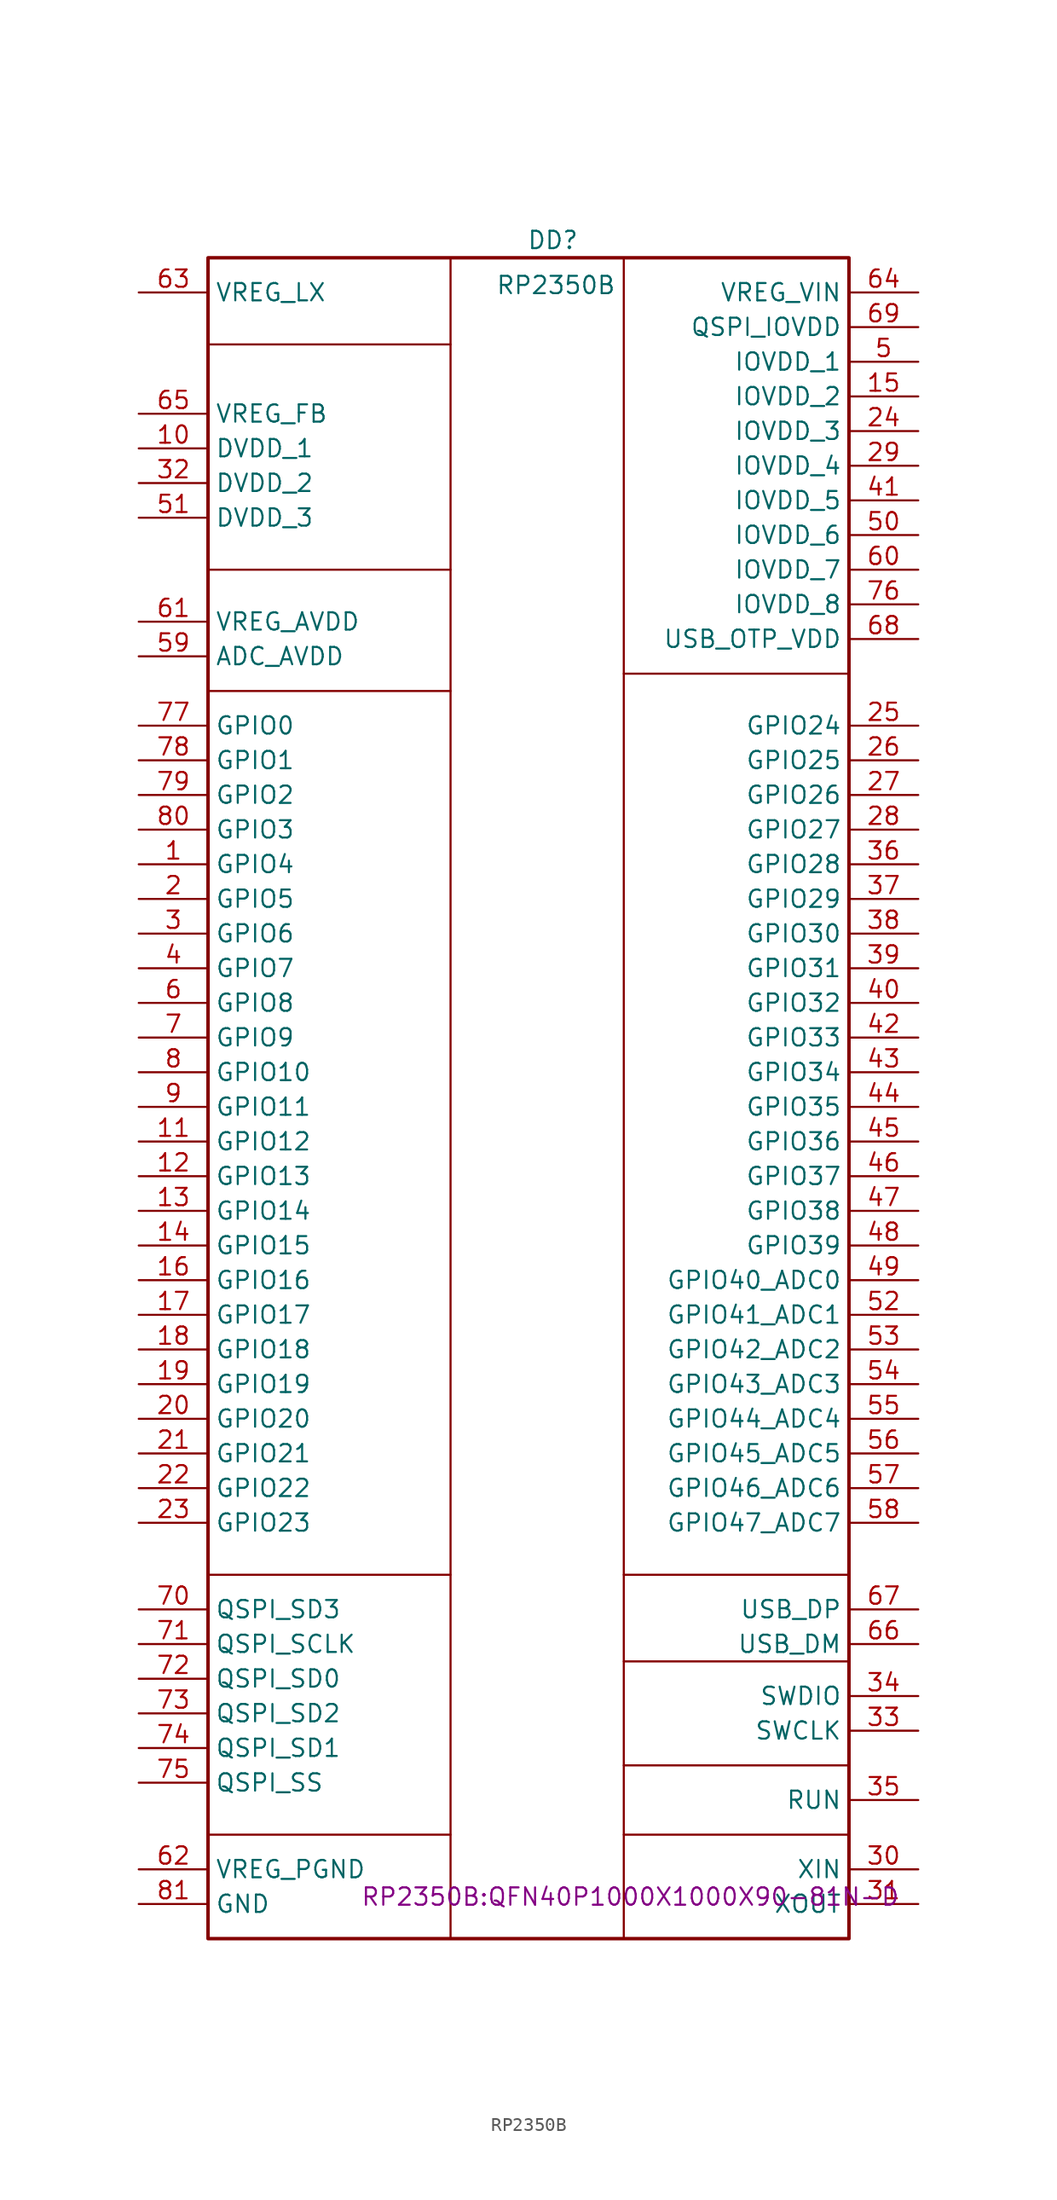
<source format=kicad_sym>
(kicad_symbol_lib
  (version 20241209)
  (generator "kicad_symbol_editor")
  (generator_version "9.0")
  (symbol "RP2350B"
    (property "Reference" "DD"
      (at 33.528 22.352 0)
      (effects (font (size 1.27 1.27)) (justify left top)))
    (property "Value" "RP2350B"
      (at 31.242 19.05 0)
      (effects (font (size 1.27 1.27)) (justify left top)))
    (property "Footprint" "RP2350B:QFN40P1000X1000X90-81N-D"
      (at 21.336 -99.06 0)
      (effects (font (size 1.27 1.27)) (justify left top)))
    (symbol "RP2350B_1_1"
      (rectangle (start 10.16 20.32) (end 57.15 -102.87) (stroke (width 0.254) (type solid)) (fill (type none)))
      (polyline (pts (xy 10.16 13.97) (xy 27.94 13.97)) (stroke (width 0) (type default)) (fill (type none)))
      (polyline (pts (xy 10.16 -2.54) (xy 27.94 -2.54)) (stroke (width 0) (type default)) (fill (type none)))
      (polyline (pts (xy 10.16 -11.43) (xy 27.94 -11.43)) (stroke (width 0) (type default)) (fill (type none)))
      (polyline (pts (xy 10.16 -76.2) (xy 27.94 -76.2)) (stroke (width 0) (type default)) (fill (type none)))
      (polyline (pts (xy 10.16 -95.25) (xy 27.94 -95.25)) (stroke (width 0) (type default)) (fill (type none)))
      (polyline (pts (xy 27.94 20.32) (xy 27.94 -102.87)) (stroke (width 0) (type default)) (fill (type none)))
      (polyline (pts (xy 40.64 20.32) (xy 40.64 -102.87)) (stroke (width 0) (type default)) (fill (type none)))
      (polyline (pts (xy 40.64 -10.16) (xy 57.15 -10.16)) (stroke (width 0) (type default)) (fill (type none)))
      (polyline (pts (xy 40.64 -76.2) (xy 57.15 -76.2)) (stroke (width 0) (type default)) (fill (type none)))
      (polyline (pts (xy 40.64 -82.55) (xy 57.15 -82.55)) (stroke (width 0) (type default)) (fill (type none)))
      (polyline (pts (xy 40.64 -90.17) (xy 57.15 -90.17)) (stroke (width 0) (type default)) (fill (type none)))
      (polyline (pts (xy 40.64 -95.25) (xy 57.15 -95.25)) (stroke (width 0) (type default)) (fill (type none)))
      (pin passive line (at 5.08 17.78 0) (length 5.08) (name "VREG_LX" (effects (font (size 1.27 1.27)))) (number "63" (effects (font (size 1.27 1.27)))))
      (pin passive line (at 5.08 8.89 0) (length 5.08) (name "VREG_FB" (effects (font (size 1.27 1.27)))) (number "65" (effects (font (size 1.27 1.27)))))
      (pin passive line (at 5.08 6.35 0) (length 5.08) (name "DVDD_1" (effects (font (size 1.27 1.27)))) (number "10" (effects (font (size 1.27 1.27)))))
      (pin passive line (at 5.08 3.81 0) (length 5.08) (name "DVDD_2" (effects (font (size 1.27 1.27)))) (number "32" (effects (font (size 1.27 1.27)))))
      (pin passive line (at 5.08 1.27 0) (length 5.08) (name "DVDD_3" (effects (font (size 1.27 1.27)))) (number "51" (effects (font (size 1.27 1.27)))))
      (pin passive line (at 5.08 -6.35 0) (length 5.08) (name "VREG_AVDD" (effects (font (size 1.27 1.27)))) (number "61" (effects (font (size 1.27 1.27)))))
      (pin passive line (at 5.08 -8.89 0) (length 5.08) (name "ADC_AVDD" (effects (font (size 1.27 1.27)))) (number "59" (effects (font (size 1.27 1.27)))))
      (pin passive line (at 5.08 -13.97 0) (length 5.08) (name "GPIO0" (effects (font (size 1.27 1.27)))) (number "77" (effects (font (size 1.27 1.27)))))
      (pin passive line (at 5.08 -16.51 0) (length 5.08) (name "GPIO1" (effects (font (size 1.27 1.27)))) (number "78" (effects (font (size 1.27 1.27)))))
      (pin passive line (at 5.08 -19.05 0) (length 5.08) (name "GPIO2" (effects (font (size 1.27 1.27)))) (number "79" (effects (font (size 1.27 1.27)))))
      (pin passive line (at 5.08 -21.59 0) (length 5.08) (name "GPIO3" (effects (font (size 1.27 1.27)))) (number "80" (effects (font (size 1.27 1.27)))))
      (pin passive line (at 5.08 -24.13 0) (length 5.08) (name "GPIO4" (effects (font (size 1.27 1.27)))) (number "1" (effects (font (size 1.27 1.27)))))
      (pin passive line (at 5.08 -26.67 0) (length 5.08) (name "GPIO5" (effects (font (size 1.27 1.27)))) (number "2" (effects (font (size 1.27 1.27)))))
      (pin passive line (at 5.08 -29.21 0) (length 5.08) (name "GPIO6" (effects (font (size 1.27 1.27)))) (number "3" (effects (font (size 1.27 1.27)))))
      (pin passive line (at 5.08 -31.75 0) (length 5.08) (name "GPIO7" (effects (font (size 1.27 1.27)))) (number "4" (effects (font (size 1.27 1.27)))))
      (pin passive line (at 5.08 -34.29 0) (length 5.08) (name "GPIO8" (effects (font (size 1.27 1.27)))) (number "6" (effects (font (size 1.27 1.27)))))
      (pin passive line (at 5.08 -36.83 0) (length 5.08) (name "GPIO9" (effects (font (size 1.27 1.27)))) (number "7" (effects (font (size 1.27 1.27)))))
      (pin passive line (at 5.08 -39.37 0) (length 5.08) (name "GPIO10" (effects (font (size 1.27 1.27)))) (number "8" (effects (font (size 1.27 1.27)))))
      (pin passive line (at 5.08 -41.91 0) (length 5.08) (name "GPIO11" (effects (font (size 1.27 1.27)))) (number "9" (effects (font (size 1.27 1.27)))))
      (pin passive line (at 5.08 -44.45 0) (length 5.08) (name "GPIO12" (effects (font (size 1.27 1.27)))) (number "11" (effects (font (size 1.27 1.27)))))
      (pin passive line (at 5.08 -46.99 0) (length 5.08) (name "GPIO13" (effects (font (size 1.27 1.27)))) (number "12" (effects (font (size 1.27 1.27)))))
      (pin passive line (at 5.08 -49.53 0) (length 5.08) (name "GPIO14" (effects (font (size 1.27 1.27)))) (number "13" (effects (font (size 1.27 1.27)))))
      (pin passive line (at 5.08 -52.07 0) (length 5.08) (name "GPIO15" (effects (font (size 1.27 1.27)))) (number "14" (effects (font (size 1.27 1.27)))))
      (pin passive line (at 5.08 -54.61 0) (length 5.08) (name "GPIO16" (effects (font (size 1.27 1.27)))) (number "16" (effects (font (size 1.27 1.27)))))
      (pin passive line (at 5.08 -57.15 0) (length 5.08) (name "GPIO17" (effects (font (size 1.27 1.27)))) (number "17" (effects (font (size 1.27 1.27)))))
      (pin passive line (at 5.08 -59.69 0) (length 5.08) (name "GPIO18" (effects (font (size 1.27 1.27)))) (number "18" (effects (font (size 1.27 1.27)))))
      (pin passive line (at 5.08 -62.23 0) (length 5.08) (name "GPIO19" (effects (font (size 1.27 1.27)))) (number "19" (effects (font (size 1.27 1.27)))))
      (pin passive line (at 5.08 -64.77 0) (length 5.08) (name "GPIO20" (effects (font (size 1.27 1.27)))) (number "20" (effects (font (size 1.27 1.27)))))
      (pin passive line (at 5.08 -67.31 0) (length 5.08) (name "GPIO21" (effects (font (size 1.27 1.27)))) (number "21" (effects (font (size 1.27 1.27)))))
      (pin passive line (at 5.08 -69.85 0) (length 5.08) (name "GPIO22" (effects (font (size 1.27 1.27)))) (number "22" (effects (font (size 1.27 1.27)))))
      (pin passive line (at 5.08 -72.39 0) (length 5.08) (name "GPIO23" (effects (font (size 1.27 1.27)))) (number "23" (effects (font (size 1.27 1.27)))))
      (pin passive line (at 5.08 -78.74 0) (length 5.08) (name "QSPI_SD3" (effects (font (size 1.27 1.27)))) (number "70" (effects (font (size 1.27 1.27)))))
      (pin passive line (at 5.08 -81.28 0) (length 5.08) (name "QSPI_SCLK" (effects (font (size 1.27 1.27)))) (number "71" (effects (font (size 1.27 1.27)))))
      (pin passive line (at 5.08 -83.82 0) (length 5.08) (name "QSPI_SD0" (effects (font (size 1.27 1.27)))) (number "72" (effects (font (size 1.27 1.27)))))
      (pin passive line (at 5.08 -86.36 0) (length 5.08) (name "QSPI_SD2" (effects (font (size 1.27 1.27)))) (number "73" (effects (font (size 1.27 1.27)))))
      (pin passive line (at 5.08 -88.9 0) (length 5.08) (name "QSPI_SD1" (effects (font (size 1.27 1.27)))) (number "74" (effects (font (size 1.27 1.27)))))
      (pin passive line (at 5.08 -91.44 0) (length 5.08) (name "QSPI_SS" (effects (font (size 1.27 1.27)))) (number "75" (effects (font (size 1.27 1.27)))))
      (pin passive line (at 5.08 -97.79 0) (length 5.08) (name "VREG_PGND" (effects (font (size 1.27 1.27)))) (number "62" (effects (font (size 1.27 1.27)))))
      (pin passive line (at 5.08 -100.33 0) (length 5.08) (name "GND" (effects (font (size 1.27 1.27)))) (number "81" (effects (font (size 1.27 1.27)))))
      (pin passive line (at 62.23 17.78 180) (length 5.08) (name "VREG_VIN" (effects (font (size 1.27 1.27)))) (number "64" (effects (font (size 1.27 1.27)))))
      (pin passive line (at 62.23 15.24 180) (length 5.08) (name "QSPI_IOVDD" (effects (font (size 1.27 1.27)))) (number "69" (effects (font (size 1.27 1.27)))))
      (pin passive line (at 62.23 12.7 180) (length 5.08) (name "IOVDD_1" (effects (font (size 1.27 1.27)))) (number "5" (effects (font (size 1.27 1.27)))))
      (pin passive line (at 62.23 10.16 180) (length 5.08) (name "IOVDD_2" (effects (font (size 1.27 1.27)))) (number "15" (effects (font (size 1.27 1.27)))))
      (pin passive line (at 62.23 7.62 180) (length 5.08) (name "IOVDD_3" (effects (font (size 1.27 1.27)))) (number "24" (effects (font (size 1.27 1.27)))))
      (pin passive line (at 62.23 5.08 180) (length 5.08) (name "IOVDD_4" (effects (font (size 1.27 1.27)))) (number "29" (effects (font (size 1.27 1.27)))))
      (pin passive line (at 62.23 2.54 180) (length 5.08) (name "IOVDD_5" (effects (font (size 1.27 1.27)))) (number "41" (effects (font (size 1.27 1.27)))))
      (pin passive line (at 62.23 0 180) (length 5.08) (name "IOVDD_6" (effects (font (size 1.27 1.27)))) (number "50" (effects (font (size 1.27 1.27)))))
      (pin passive line (at 62.23 -2.54 180) (length 5.08) (name "IOVDD_7" (effects (font (size 1.27 1.27)))) (number "60" (effects (font (size 1.27 1.27)))))
      (pin passive line (at 62.23 -5.08 180) (length 5.08) (name "IOVDD_8" (effects (font (size 1.27 1.27)))) (number "76" (effects (font (size 1.27 1.27)))))
      (pin passive line (at 62.23 -7.62 180) (length 5.08) (name "USB_OTP_VDD" (effects (font (size 1.27 1.27)))) (number "68" (effects (font (size 1.27 1.27)))))
      (pin passive line (at 62.23 -13.97 180) (length 5.08) (name "GPIO24" (effects (font (size 1.27 1.27)))) (number "25" (effects (font (size 1.27 1.27)))))
      (pin passive line (at 62.23 -16.51 180) (length 5.08) (name "GPIO25" (effects (font (size 1.27 1.27)))) (number "26" (effects (font (size 1.27 1.27)))))
      (pin passive line (at 62.23 -19.05 180) (length 5.08) (name "GPIO26" (effects (font (size 1.27 1.27)))) (number "27" (effects (font (size 1.27 1.27)))))
      (pin passive line (at 62.23 -21.59 180) (length 5.08) (name "GPIO27" (effects (font (size 1.27 1.27)))) (number "28" (effects (font (size 1.27 1.27)))))
      (pin passive line (at 62.23 -24.13 180) (length 5.08) (name "GPIO28" (effects (font (size 1.27 1.27)))) (number "36" (effects (font (size 1.27 1.27)))))
      (pin passive line (at 62.23 -26.67 180) (length 5.08) (name "GPIO29" (effects (font (size 1.27 1.27)))) (number "37" (effects (font (size 1.27 1.27)))))
      (pin passive line (at 62.23 -29.21 180) (length 5.08) (name "GPIO30" (effects (font (size 1.27 1.27)))) (number "38" (effects (font (size 1.27 1.27)))))
      (pin passive line (at 62.23 -31.75 180) (length 5.08) (name "GPIO31" (effects (font (size 1.27 1.27)))) (number "39" (effects (font (size 1.27 1.27)))))
      (pin passive line (at 62.23 -34.29 180) (length 5.08) (name "GPIO32" (effects (font (size 1.27 1.27)))) (number "40" (effects (font (size 1.27 1.27)))))
      (pin passive line (at 62.23 -36.83 180) (length 5.08) (name "GPIO33" (effects (font (size 1.27 1.27)))) (number "42" (effects (font (size 1.27 1.27)))))
      (pin passive line (at 62.23 -39.37 180) (length 5.08) (name "GPIO34" (effects (font (size 1.27 1.27)))) (number "43" (effects (font (size 1.27 1.27)))))
      (pin passive line (at 62.23 -41.91 180) (length 5.08) (name "GPIO35" (effects (font (size 1.27 1.27)))) (number "44" (effects (font (size 1.27 1.27)))))
      (pin passive line (at 62.23 -44.45 180) (length 5.08) (name "GPIO36" (effects (font (size 1.27 1.27)))) (number "45" (effects (font (size 1.27 1.27)))))
      (pin passive line (at 62.23 -46.99 180) (length 5.08) (name "GPIO37" (effects (font (size 1.27 1.27)))) (number "46" (effects (font (size 1.27 1.27)))))
      (pin passive line (at 62.23 -49.53 180) (length 5.08) (name "GPIO38" (effects (font (size 1.27 1.27)))) (number "47" (effects (font (size 1.27 1.27)))))
      (pin passive line (at 62.23 -52.07 180) (length 5.08) (name "GPIO39" (effects (font (size 1.27 1.27)))) (number "48" (effects (font (size 1.27 1.27)))))
      (pin passive line (at 62.23 -54.61 180) (length 5.08) (name "GPIO40_ADC0" (effects (font (size 1.27 1.27)))) (number "49" (effects (font (size 1.27 1.27)))))
      (pin passive line (at 62.23 -57.15 180) (length 5.08) (name "GPIO41_ADC1" (effects (font (size 1.27 1.27)))) (number "52" (effects (font (size 1.27 1.27)))))
      (pin passive line (at 62.23 -59.69 180) (length 5.08) (name "GPIO42_ADC2" (effects (font (size 1.27 1.27)))) (number "53" (effects (font (size 1.27 1.27)))))
      (pin passive line (at 62.23 -62.23 180) (length 5.08) (name "GPIO43_ADC3" (effects (font (size 1.27 1.27)))) (number "54" (effects (font (size 1.27 1.27)))))
      (pin passive line (at 62.23 -64.77 180) (length 5.08) (name "GPIO44_ADC4" (effects (font (size 1.27 1.27)))) (number "55" (effects (font (size 1.27 1.27)))))
      (pin passive line (at 62.23 -67.31 180) (length 5.08) (name "GPIO45_ADC5" (effects (font (size 1.27 1.27)))) (number "56" (effects (font (size 1.27 1.27)))))
      (pin passive line (at 62.23 -69.85 180) (length 5.08) (name "GPIO46_ADC6" (effects (font (size 1.27 1.27)))) (number "57" (effects (font (size 1.27 1.27)))))
      (pin passive line (at 62.23 -72.39 180) (length 5.08) (name "GPIO47_ADC7" (effects (font (size 1.27 1.27)))) (number "58" (effects (font (size 1.27 1.27)))))
      (pin passive line (at 62.23 -78.74 180) (length 5.08) (name "USB_DP" (effects (font (size 1.27 1.27)))) (number "67" (effects (font (size 1.27 1.27)))))
      (pin passive line (at 62.23 -81.28 180) (length 5.08) (name "USB_DM" (effects (font (size 1.27 1.27)))) (number "66" (effects (font (size 1.27 1.27)))))
      (pin passive line (at 62.23 -85.09 180) (length 5.08) (name "SWDIO" (effects (font (size 1.27 1.27)))) (number "34" (effects (font (size 1.27 1.27)))))
      (pin passive line (at 62.23 -87.63 180) (length 5.08) (name "SWCLK" (effects (font (size 1.27 1.27)))) (number "33" (effects (font (size 1.27 1.27)))))
      (pin passive line (at 62.23 -92.71 180) (length 5.08) (name "RUN" (effects (font (size 1.27 1.27)))) (number "35" (effects (font (size 1.27 1.27)))))
      (pin passive line (at 62.23 -97.79 180) (length 5.08) (name "XIN" (effects (font (size 1.27 1.27)))) (number "30" (effects (font (size 1.27 1.27)))))
      (pin passive line (at 62.23 -100.33 180) (length 5.08) (name "XOUT" (effects (font (size 1.27 1.27)))) (number "31" (effects (font (size 1.27 1.27))))))))
</source>
